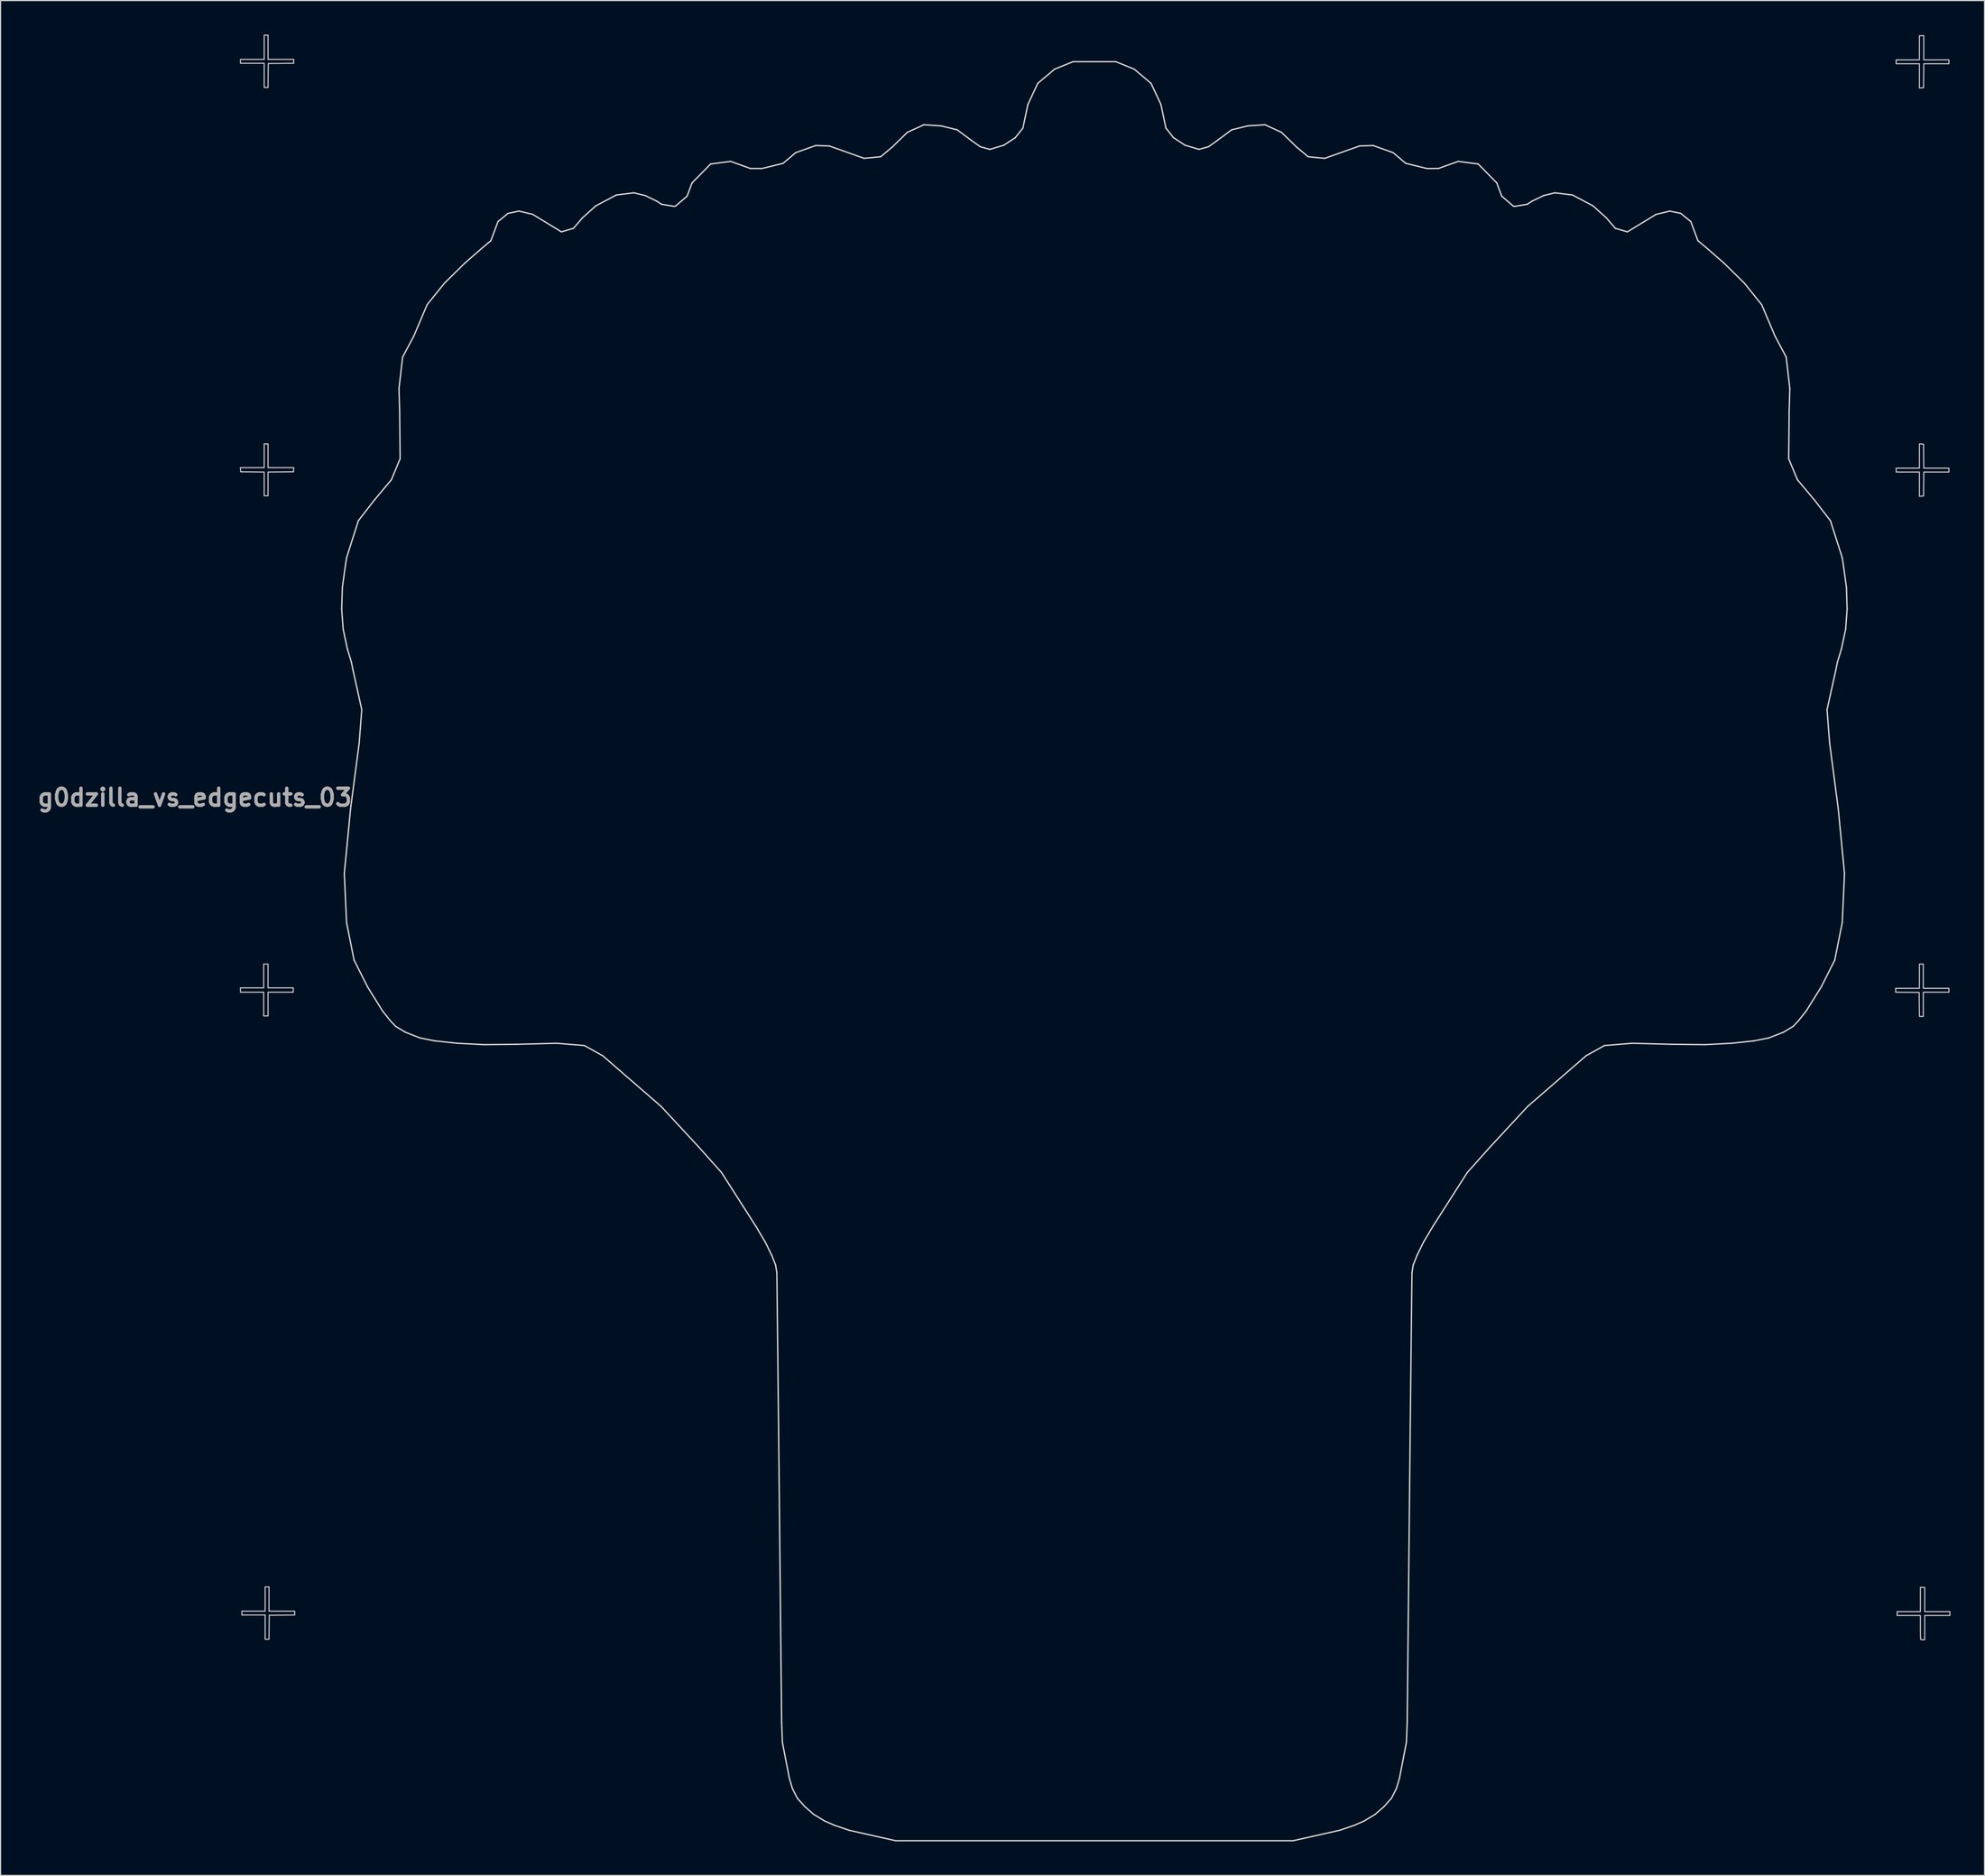
<source format=kicad_pcb>
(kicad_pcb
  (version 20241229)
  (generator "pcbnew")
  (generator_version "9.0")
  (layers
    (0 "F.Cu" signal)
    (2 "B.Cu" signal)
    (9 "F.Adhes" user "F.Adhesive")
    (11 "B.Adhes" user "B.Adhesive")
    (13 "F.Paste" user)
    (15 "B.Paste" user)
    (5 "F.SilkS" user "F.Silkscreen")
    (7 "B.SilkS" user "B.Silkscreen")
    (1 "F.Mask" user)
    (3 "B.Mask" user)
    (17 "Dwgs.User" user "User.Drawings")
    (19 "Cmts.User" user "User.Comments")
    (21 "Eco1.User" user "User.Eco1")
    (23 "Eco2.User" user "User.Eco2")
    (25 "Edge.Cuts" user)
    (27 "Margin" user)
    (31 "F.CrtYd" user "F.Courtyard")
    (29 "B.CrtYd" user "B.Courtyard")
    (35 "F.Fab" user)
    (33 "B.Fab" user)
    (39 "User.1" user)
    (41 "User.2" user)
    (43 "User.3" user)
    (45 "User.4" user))
  (footprint "g0dzilla_vs_edgecuts_03"
    (layer "F.Cu")
    (at 90.931 74.116)
    (property "Reference" "g0dzilla_vs_edgecuts_03" (at -76.81 -6.87 0) (layer "F.Fab") (effects (font (size 1.5 1.5) (thickness 0.3))))
    (attr board_only exclude_from_pos_files exclude_from_bom)
    (fp_poly (pts (xy -70.352 -72.998) (xy -70.352 -71.931) (xy -69.22 -71.931) (xy -68.089 -71.931) (xy -68.089 -71.761) (xy -68.089 -71.591) (xy -69.21 -71.58) (xy -70.33 -71.568) (xy -70.342 -70.512) (xy -70.353 -69.455) (xy -70.523 -69.455) (xy -70.693 -69.455) (xy -70.693 -70.522) (xy -70.693 -71.59) (xy -71.739 -71.59) (xy -72.785 -71.59) (xy -72.785 -71.76) (xy -72.785 -71.931) (xy -71.739 -71.931) (xy -70.693 -71.931) (xy -70.693 -72.998) (xy -70.693 -74.066) (xy -70.522 -74.066) (xy -70.352 -74.066)) (stroke (width 0.1) (type solid)) (fill no) (layer "Dwgs.User"))
    (fp_poly (pts (xy -70.352 -36.99) (xy -70.352 -35.944) (xy -69.218 -35.944) (xy -68.084 -35.944) (xy -68.097 -35.763) (xy -68.11 -35.581) (xy -69.231 -35.57) (xy -70.352 -35.559) (xy -70.352 -34.513) (xy -70.352 -33.468) (xy -70.522 -33.468) (xy -70.693 -33.468) (xy -70.693 -34.513) (xy -70.693 -35.558) (xy -71.728 -35.57) (xy -72.764 -35.581) (xy -72.777 -35.763) (xy -72.79 -35.944) (xy -71.741 -35.944) (xy -70.693 -35.944) (xy -70.693 -36.99) (xy -70.693 -38.036) (xy -70.522 -38.036) (xy -70.352 -38.036)) (stroke (width 0.1) (type solid)) (fill no) (layer "Dwgs.User"))
    (fp_poly (pts (xy -70.352 8.858) (xy -70.352 9.904) (xy -69.242 9.904) (xy -68.132 9.904) (xy -68.132 10.096) (xy -68.132 10.288) (xy -69.242 10.288) (xy -70.352 10.288) (xy -70.352 11.334) (xy -70.352 12.38) (xy -70.544 12.38) (xy -70.736 12.38) (xy -70.736 11.334) (xy -70.736 10.288) (xy -71.76 10.288) (xy -72.785 10.288) (xy -72.785 10.096) (xy -72.785 9.904) (xy -71.76 9.904) (xy -70.736 9.904) (xy -70.736 8.858) (xy -70.736 7.812) (xy -70.544 7.812) (xy -70.352 7.812)) (stroke (width 0.1) (type solid)) (fill no) (layer "Dwgs.User"))
    (fp_poly (pts (xy -70.266 63.777) (xy -70.266 64.845) (xy -69.135 64.845) (xy -68.004 64.845) (xy -68.004 65.015) (xy -68.004 65.185) (xy -69.124 65.196) (xy -70.245 65.208) (xy -70.256 66.264) (xy -70.268 67.321) (xy -70.438 67.321) (xy -70.608 67.321) (xy -70.608 66.253) (xy -70.608 65.186) (xy -71.632 65.186) (xy -72.657 65.186) (xy -72.657 65.015) (xy -72.657 64.845) (xy -71.632 64.845) (xy -70.608 64.845) (xy -70.608 63.777) (xy -70.608 62.71) (xy -70.437 62.71) (xy -70.266 62.71)) (stroke (width 0.1) (type solid)) (fill no) (layer "Dwgs.User"))
    (fp_poly (pts (xy 75.4 -38.028) (xy 75.581 -38.015) (xy 75.592 -36.958) (xy 75.604 -35.902) (xy 76.713 -35.902) (xy 77.822 -35.902) (xy 77.822 -35.731) (xy 77.822 -35.56) (xy 76.713 -35.56) (xy 75.604 -35.56) (xy 75.592 -34.503) (xy 75.581 -33.447) (xy 75.4 -33.434) (xy 75.218 -33.421) (xy 75.218 -34.49) (xy 75.218 -35.56) (xy 74.194 -35.56) (xy 73.169 -35.56) (xy 73.169 -35.731) (xy 73.169 -35.902) (xy 74.194 -35.902) (xy 75.218 -35.902) (xy 75.218 -36.971) (xy 75.218 -38.041)) (stroke (width 0.1) (type solid)) (fill no) (layer "Dwgs.User"))
    (fp_poly (pts (xy 75.56 8.879) (xy 75.56 9.947) (xy 76.691 9.947) (xy 77.822 9.947) (xy 77.822 10.117) (xy 77.822 10.288) (xy 76.691 10.288) (xy 75.56 10.288) (xy 75.56 11.355) (xy 75.56 12.423) (xy 75.39 12.423) (xy 75.22 12.423) (xy 75.208 11.366) (xy 75.197 10.309) (xy 74.162 10.298) (xy 73.126 10.287) (xy 73.126 10.117) (xy 73.126 9.947) (xy 74.172 9.947) (xy 75.218 9.947) (xy 75.218 8.879) (xy 75.218 7.812) (xy 75.389 7.812) (xy 75.56 7.812)) (stroke (width 0.1) (type solid)) (fill no) (layer "Dwgs.User"))
    (fp_poly (pts (xy 75.602 -72.956) (xy 75.602 -71.888) (xy 76.712 -71.888) (xy 77.822 -71.888) (xy 77.822 -71.718) (xy 77.822 -71.547) (xy 76.713 -71.547) (xy 75.604 -71.547) (xy 75.592 -70.49) (xy 75.581 -69.434) (xy 75.4 -69.421) (xy 75.218 -69.408) (xy 75.218 -70.477) (xy 75.218 -71.547) (xy 74.194 -71.547) (xy 73.169 -71.547) (xy 73.169 -71.718) (xy 73.169 -71.888) (xy 74.194 -71.888) (xy 75.218 -71.888) (xy 75.218 -72.956) (xy 75.218 -74.023) (xy 75.41 -74.023) (xy 75.602 -74.023)) (stroke (width 0.1) (type solid)) (fill no) (layer "Dwgs.User"))
    (fp_poly (pts (xy 75.688 63.82) (xy 75.688 64.887) (xy 76.798 64.887) (xy 77.908 64.887) (xy 77.908 65.058) (xy 77.908 65.229) (xy 76.798 65.229) (xy 75.688 65.229) (xy 75.688 66.296) (xy 75.688 67.363) (xy 75.524 67.363) (xy 75.411 67.357) (xy 75.339 67.34) (xy 75.332 67.335) (xy 75.324 67.286) (xy 75.317 67.164) (xy 75.311 66.98) (xy 75.307 66.747) (xy 75.304 66.477) (xy 75.304 66.268) (xy 75.304 65.229) (xy 74.279 65.229) (xy 73.254 65.229) (xy 73.254 65.058) (xy 73.254 64.887) (xy 74.279 64.887) (xy 75.304 64.887) (xy 75.304 63.82) (xy 75.304 62.753) (xy 75.496 62.753) (xy 75.688 62.753)) (stroke (width 0.1) (type solid)) (fill no) (layer "Dwgs.User"))
    (fp_line (start -63.86 -23.48) (end -63.8 -25.4) (stroke (width 0.12) (type default)) (layer "Edge.Cuts"))
    (fp_line (start -63.8 -25.4) (end -63.55 -27.21) (stroke (width 0.12) (type default)) (layer "Edge.Cuts"))
    (fp_line (start -63.73 -21.7) (end -63.86 -23.48) (stroke (width 0.12) (type default)) (layer "Edge.Cuts"))
    (fp_line (start -63.63 -0.17) (end -63.08 -5.86) (stroke (width 0.12) (type default)) (layer "Edge.Cuts"))
    (fp_line (start -63.55 -27.21) (end -63.43 -28.01) (stroke (width 0.12) (type default)) (layer "Edge.Cuts"))
    (fp_line (start -63.43 -28.01) (end -62.39 -31.27) (stroke (width 0.12) (type default)) (layer "Edge.Cuts"))
    (fp_line (start -63.43 4.16) (end -63.63 -0.17) (stroke (width 0.12) (type default)) (layer "Edge.Cuts"))
    (fp_line (start -63.36 -19.97) (end -63.73 -21.7) (stroke (width 0.12) (type default)) (layer "Edge.Cuts"))
    (fp_line (start -63.08 -5.86) (end -62.32 -11.66) (stroke (width 0.12) (type default)) (layer "Edge.Cuts"))
    (fp_line (start -63 -18.78) (end -63.36 -19.97) (stroke (width 0.12) (type default)) (layer "Edge.Cuts"))
    (fp_line (start -62.87 -18.13) (end -63 -18.78) (stroke (width 0.12) (type default)) (layer "Edge.Cuts"))
    (fp_line (start -62.77 7.46) (end -63.43 4.16) (stroke (width 0.12) (type default)) (layer "Edge.Cuts"))
    (fp_line (start -62.39 -31.27) (end -60.98 -33.09) (stroke (width 0.12) (type default)) (layer "Edge.Cuts"))
    (fp_line (start -62.32 -11.66) (end -62.09 -14.61) (stroke (width 0.12) (type default)) (layer "Edge.Cuts"))
    (fp_line (start -62.09 -14.61) (end -62.87 -18.13) (stroke (width 0.12) (type default)) (layer "Edge.Cuts"))
    (fp_line (start -61.58 9.82) (end -62.77 7.46) (stroke (width 0.12) (type default)) (layer "Edge.Cuts"))
    (fp_line (start -60.98 -33.09) (end -59.48 -34.88) (stroke (width 0.12) (type default)) (layer "Edge.Cuts"))
    (fp_line (start -60.26 11.94) (end -61.58 9.82) (stroke (width 0.12) (type default)) (layer "Edge.Cuts"))
    (fp_line (start -59.56 12.82) (end -60.26 11.94) (stroke (width 0.12) (type default)) (layer "Edge.Cuts"))
    (fp_line (start -59.48 -34.88) (end -58.71 -36.73) (stroke (width 0.12) (type default)) (layer "Edge.Cuts"))
    (fp_line (start -59.09 13.31) (end -59.56 12.82) (stroke (width 0.12) (type default)) (layer "Edge.Cuts"))
    (fp_line (start -58.81 -42.91) (end -58.49 -45.69) (stroke (width 0.12) (type default)) (layer "Edge.Cuts"))
    (fp_line (start -58.75 -40.9) (end -58.81 -42.91) (stroke (width 0.12) (type default)) (layer "Edge.Cuts"))
    (fp_line (start -58.71 -36.73) (end -58.75 -40.9) (stroke (width 0.12) (type default)) (layer "Edge.Cuts"))
    (fp_line (start -58.49 -45.69) (end -57.5 -47.55) (stroke (width 0.12) (type default)) (layer "Edge.Cuts"))
    (fp_line (start -58.26 13.81) (end -59.09 13.31) (stroke (width 0.12) (type default)) (layer "Edge.Cuts"))
    (fp_line (start -57.5 -47.55) (end -56.33 -50.31) (stroke (width 0.12) (type default)) (layer "Edge.Cuts"))
    (fp_line (start -56.96 14.32) (end -58.26 13.81) (stroke (width 0.12) (type default)) (layer "Edge.Cuts"))
    (fp_line (start -56.33 -50.31) (end -54.8 -52.21) (stroke (width 0.12) (type default)) (layer "Edge.Cuts"))
    (fp_line (start -55.65 14.58) (end -56.96 14.32) (stroke (width 0.12) (type default)) (layer "Edge.Cuts"))
    (fp_line (start -54.8 -52.21) (end -53 -53.98) (stroke (width 0.12) (type default)) (layer "Edge.Cuts"))
    (fp_line (start -53.66 14.79) (end -55.65 14.58) (stroke (width 0.12) (type default)) (layer "Edge.Cuts"))
    (fp_line (start -53 -53.98) (end -51.44 -55.34) (stroke (width 0.12) (type default)) (layer "Edge.Cuts"))
    (fp_line (start -51.44 -55.34) (end -50.71 -55.95) (stroke (width 0.12) (type default)) (layer "Edge.Cuts"))
    (fp_line (start -51.33 14.91) (end -53.66 14.79) (stroke (width 0.12) (type default)) (layer "Edge.Cuts"))
    (fp_line (start -50.71 -55.95) (end -50.08 -57.64) (stroke (width 0.12) (type default)) (layer "Edge.Cuts"))
    (fp_line (start -50.08 -57.64) (end -49.19 -58.36) (stroke (width 0.12) (type default)) (layer "Edge.Cuts"))
    (fp_line (start -49.19 -58.36) (end -48.23 -58.56) (stroke (width 0.12) (type default)) (layer "Edge.Cuts"))
    (fp_line (start -48.38 14.88) (end -51.33 14.91) (stroke (width 0.12) (type default)) (layer "Edge.Cuts"))
    (fp_line (start -48.23 -58.56) (end -47.02 -58.27) (stroke (width 0.12) (type default)) (layer "Edge.Cuts"))
    (fp_line (start -47.02 -58.27) (end -44.49 -56.73) (stroke (width 0.12) (type default)) (layer "Edge.Cuts"))
    (fp_line (start -44.9 14.79) (end -48.38 14.88) (stroke (width 0.12) (type default)) (layer "Edge.Cuts"))
    (fp_line (start -44.49 -56.73) (end -43.43 -57.04) (stroke (width 0.12) (type default)) (layer "Edge.Cuts"))
    (fp_line (start -43.43 -57.04) (end -42.64 -57.96) (stroke (width 0.12) (type default)) (layer "Edge.Cuts"))
    (fp_line (start -42.64 -57.96) (end -41.46 -59.02) (stroke (width 0.12) (type default)) (layer "Edge.Cuts"))
    (fp_line (start -42.47 14.99) (end -44.9 14.79) (stroke (width 0.12) (type default)) (layer "Edge.Cuts"))
    (fp_line (start -41.46 -59.02) (end -39.65 -59.98) (stroke (width 0.12) (type default)) (layer "Edge.Cuts"))
    (fp_line (start -40.85 15.89) (end -42.47 14.99) (stroke (width 0.12) (type default)) (layer "Edge.Cuts"))
    (fp_line (start -39.65 -59.98) (end -38.1 -60.17) (stroke (width 0.12) (type default)) (layer "Edge.Cuts"))
    (fp_line (start -38.1 -60.17) (end -37.11 -59.93) (stroke (width 0.12) (type default)) (layer "Edge.Cuts"))
    (fp_line (start -37.11 -59.93) (end -36.09 -59.44) (stroke (width 0.12) (type default)) (layer "Edge.Cuts"))
    (fp_line (start -36.09 -59.44) (end -35.66 -59.16) (stroke (width 0.12) (type default)) (layer "Edge.Cuts"))
    (fp_line (start -35.7 20.36) (end -40.85 15.89) (stroke (width 0.12) (type default)) (layer "Edge.Cuts"))
    (fp_line (start -35.66 -59.16) (end -34.58 -58.98) (stroke (width 0.12) (type default)) (layer "Edge.Cuts"))
    (fp_line (start -34.58 -58.98) (end -34.43 -59) (stroke (width 0.12) (type default)) (layer "Edge.Cuts"))
    (fp_line (start -34.43 -59) (end -33.41 -59.88) (stroke (width 0.12) (type default)) (layer "Edge.Cuts"))
    (fp_line (start -33.41 -59.88) (end -32.98 -61.04) (stroke (width 0.12) (type default)) (layer "Edge.Cuts"))
    (fp_line (start -32.98 -61.04) (end -31.34 -62.71) (stroke (width 0.12) (type default)) (layer "Edge.Cuts"))
    (fp_line (start -32.38 23.94) (end -35.7 20.36) (stroke (width 0.12) (type default)) (layer "Edge.Cuts"))
    (fp_line (start -31.34 -62.71) (end -29.58 -62.94) (stroke (width 0.12) (type default)) (layer "Edge.Cuts"))
    (fp_line (start -30.38 26.18) (end -32.38 23.94) (stroke (width 0.12) (type default)) (layer "Edge.Cuts"))
    (fp_line (start -29.58 -62.94) (end -28.23 -62.46) (stroke (width 0.12) (type default)) (layer "Edge.Cuts"))
    (fp_line (start -28.23 -62.46) (end -27.85 -62.32) (stroke (width 0.12) (type default)) (layer "Edge.Cuts"))
    (fp_line (start -27.85 -62.32) (end -26.83 -62.31) (stroke (width 0.12) (type default)) (layer "Edge.Cuts"))
    (fp_line (start -27.35 30.92) (end -30.38 26.18) (stroke (width 0.12) (type default)) (layer "Edge.Cuts"))
    (fp_line (start -26.83 -62.31) (end -24.95 -62.77) (stroke (width 0.12) (type default)) (layer "Edge.Cuts"))
    (fp_line (start -26.52 32.32) (end -27.35 30.92) (stroke (width 0.12) (type default)) (layer "Edge.Cuts"))
    (fp_line (start -25.95 33.48) (end -26.52 32.32) (stroke (width 0.12) (type default)) (layer "Edge.Cuts"))
    (fp_line (start -25.61 34.34) (end -25.95 33.48) (stroke (width 0.12) (type default)) (layer "Edge.Cuts"))
    (fp_line (start -25.5 35.02) (end -25.61 34.34) (stroke (width 0.12) (type default)) (layer "Edge.Cuts"))
    (fp_line (start -25.35 48.49) (end -25.5 35.02) (stroke (width 0.12) (type default)) (layer "Edge.Cuts"))
    (fp_line (start -25.08 74.63) (end -25.35 48.49) (stroke (width 0.12) (type default)) (layer "Edge.Cuts"))
    (fp_line (start -25.01 76.42) (end -25.08 74.63) (stroke (width 0.12) (type default)) (layer "Edge.Cuts"))
    (fp_line (start -24.95 -62.77) (end -23.84 -63.71) (stroke (width 0.12) (type default)) (layer "Edge.Cuts"))
    (fp_line (start -24.4 79.57) (end -25.01 76.42) (stroke (width 0.12) (type default)) (layer "Edge.Cuts"))
    (fp_line (start -24.13 80.48) (end -24.4 79.57) (stroke (width 0.12) (type default)) (layer "Edge.Cuts"))
    (fp_line (start -23.84 -63.71) (end -22.07 -64.34) (stroke (width 0.12) (type default)) (layer "Edge.Cuts"))
    (fp_line (start -23.69 81.34) (end -24.13 80.48) (stroke (width 0.12) (type default)) (layer "Edge.Cuts"))
    (fp_line (start -23.05 82.06) (end -23.69 81.34) (stroke (width 0.12) (type default)) (layer "Edge.Cuts"))
    (fp_line (start -22.25 82.76) (end -23.05 82.06) (stroke (width 0.12) (type default)) (layer "Edge.Cuts"))
    (fp_line (start -22.07 -64.34) (end -20.88 -64.3) (stroke (width 0.12) (type default)) (layer "Edge.Cuts"))
    (fp_line (start -21.29 83.34) (end -22.25 82.76) (stroke (width 0.12) (type default)) (layer "Edge.Cuts"))
    (fp_line (start -20.88 -64.3) (end -17.81 -63.21) (stroke (width 0.12) (type default)) (layer "Edge.Cuts"))
    (fp_line (start -20.45 83.71) (end -21.29 83.34) (stroke (width 0.12) (type default)) (layer "Edge.Cuts"))
    (fp_line (start -19.13 84.16) (end -20.45 83.71) (stroke (width 0.12) (type default)) (layer "Edge.Cuts"))
    (fp_line (start -17.81 -63.21) (end -16.35 -63.35) (stroke (width 0.12) (type default)) (layer "Edge.Cuts"))
    (fp_line (start -16.35 -63.35) (end -15.31 -64.22) (stroke (width 0.12) (type default)) (layer "Edge.Cuts"))
    (fp_line (start -15.31 -64.22) (end -14 -65.5) (stroke (width 0.12) (type default)) (layer "Edge.Cuts"))
    (fp_line (start -15.03 85.08) (end -19.13 84.16) (stroke (width 0.12) (type default)) (layer "Edge.Cuts"))
    (fp_line (start -15.03 85.08) (end 20.015 85.08) (stroke (width 0.12) (type default)) (layer "Edge.Cuts"))
    (fp_line (start -14 -65.5) (end -12.54 -66.17) (stroke (width 0.12) (type default)) (layer "Edge.Cuts"))
    (fp_line (start -12.54 -66.17) (end -11.02 -66.07) (stroke (width 0.12) (type default)) (layer "Edge.Cuts"))
    (fp_line (start -11.02 -66.07) (end -9.6 -65.72) (stroke (width 0.12) (type default)) (layer "Edge.Cuts"))
    (fp_line (start -9.6 -65.72) (end -8.35 -64.79) (stroke (width 0.12) (type default)) (layer "Edge.Cuts"))
    (fp_line (start -8.35 -64.79) (end -7.56 -64.23) (stroke (width 0.12) (type default)) (layer "Edge.Cuts"))
    (fp_line (start -7.56 -64.23) (end -6.72 -64) (stroke (width 0.12) (type default)) (layer "Edge.Cuts"))
    (fp_line (start -6.72 -64) (end -5.49 -64.37) (stroke (width 0.12) (type default)) (layer "Edge.Cuts"))
    (fp_line (start -5.49 -64.37) (end -4.48 -65.03) (stroke (width 0.12) (type default)) (layer "Edge.Cuts"))
    (fp_line (start -4.48 -65.03) (end -3.81 -65.88) (stroke (width 0.12) (type default)) (layer "Edge.Cuts"))
    (fp_line (start -3.81 -65.88) (end -3.37 -67.96) (stroke (width 0.12) (type default)) (layer "Edge.Cuts"))
    (fp_line (start -3.37 -67.96) (end -2.5 -69.82) (stroke (width 0.12) (type default)) (layer "Edge.Cuts"))
    (fp_line (start -2.5 -69.82) (end -1.02 -71.07) (stroke (width 0.12) (type default)) (layer "Edge.Cuts"))
    (fp_line (start -1.02 -71.07) (end 0.61 -71.73) (stroke (width 0.12) (type default)) (layer "Edge.Cuts"))
    (fp_line (start 0.61 -71.73) (end 4.375 -71.73) (stroke (width 0.12) (type default)) (layer "Edge.Cuts"))
    (fp_line (start 6.005 -71.07) (end 4.375 -71.73) (stroke (width 0.12) (type default)) (layer "Edge.Cuts"))
    (fp_line (start 7.485 -69.82) (end 6.005 -71.07) (stroke (width 0.12) (type default)) (layer "Edge.Cuts"))
    (fp_line (start 8.355 -67.96) (end 7.485 -69.82) (stroke (width 0.12) (type default)) (layer "Edge.Cuts"))
    (fp_line (start 8.795 -65.88) (end 8.355 -67.96) (stroke (width 0.12) (type default)) (layer "Edge.Cuts"))
    (fp_line (start 9.465 -65.03) (end 8.795 -65.88) (stroke (width 0.12) (type default)) (layer "Edge.Cuts"))
    (fp_line (start 10.475 -64.37) (end 9.465 -65.03) (stroke (width 0.12) (type default)) (layer "Edge.Cuts"))
    (fp_line (start 11.705 -64) (end 10.475 -64.37) (stroke (width 0.12) (type default)) (layer "Edge.Cuts"))
    (fp_line (start 12.545 -64.23) (end 11.705 -64) (stroke (width 0.12) (type default)) (layer "Edge.Cuts"))
    (fp_line (start 13.335 -64.79) (end 12.545 -64.23) (stroke (width 0.12) (type default)) (layer "Edge.Cuts"))
    (fp_line (start 14.585 -65.72) (end 13.335 -64.79) (stroke (width 0.12) (type default)) (layer "Edge.Cuts"))
    (fp_line (start 16.005 -66.07) (end 14.585 -65.72) (stroke (width 0.12) (type default)) (layer "Edge.Cuts"))
    (fp_line (start 17.525 -66.17) (end 16.005 -66.07) (stroke (width 0.12) (type default)) (layer "Edge.Cuts"))
    (fp_line (start 18.985 -65.5) (end 17.525 -66.17) (stroke (width 0.12) (type default)) (layer "Edge.Cuts"))
    (fp_line (start 20.015 85.08) (end 24.115 84.16) (stroke (width 0.12) (type default)) (layer "Edge.Cuts"))
    (fp_line (start 20.295 -64.22) (end 18.985 -65.5) (stroke (width 0.12) (type default)) (layer "Edge.Cuts"))
    (fp_line (start 21.335 -63.35) (end 20.295 -64.22) (stroke (width 0.12) (type default)) (layer "Edge.Cuts"))
    (fp_line (start 22.795 -63.21) (end 21.335 -63.35) (stroke (width 0.12) (type default)) (layer "Edge.Cuts"))
    (fp_line (start 24.115 84.16) (end 25.435 83.71) (stroke (width 0.12) (type default)) (layer "Edge.Cuts"))
    (fp_line (start 25.435 83.71) (end 26.275 83.34) (stroke (width 0.12) (type default)) (layer "Edge.Cuts"))
    (fp_line (start 25.865 -64.3) (end 22.795 -63.21) (stroke (width 0.12) (type default)) (layer "Edge.Cuts"))
    (fp_line (start 26.275 83.34) (end 27.235 82.76) (stroke (width 0.12) (type default)) (layer "Edge.Cuts"))
    (fp_line (start 27.055 -64.34) (end 25.865 -64.3) (stroke (width 0.12) (type default)) (layer "Edge.Cuts"))
    (fp_line (start 27.235 82.76) (end 28.035 82.06) (stroke (width 0.12) (type default)) (layer "Edge.Cuts"))
    (fp_line (start 28.035 82.06) (end 28.675 81.34) (stroke (width 0.12) (type default)) (layer "Edge.Cuts"))
    (fp_line (start 28.675 81.34) (end 29.115 80.48) (stroke (width 0.12) (type default)) (layer "Edge.Cuts"))
    (fp_line (start 28.825 -63.71) (end 27.055 -64.34) (stroke (width 0.12) (type default)) (layer "Edge.Cuts"))
    (fp_line (start 29.115 80.48) (end 29.385 79.57) (stroke (width 0.12) (type default)) (layer "Edge.Cuts"))
    (fp_line (start 29.385 79.57) (end 29.995 76.42) (stroke (width 0.12) (type default)) (layer "Edge.Cuts"))
    (fp_line (start 29.935 -62.77) (end 28.825 -63.71) (stroke (width 0.12) (type default)) (layer "Edge.Cuts"))
    (fp_line (start 29.995 76.42) (end 30.065 74.63) (stroke (width 0.12) (type default)) (layer "Edge.Cuts"))
    (fp_line (start 30.065 74.63) (end 30.335 48.49) (stroke (width 0.12) (type default)) (layer "Edge.Cuts"))
    (fp_line (start 30.335 48.49) (end 30.485 35.02) (stroke (width 0.12) (type default)) (layer "Edge.Cuts"))
    (fp_line (start 30.485 35.02) (end 30.595 34.34) (stroke (width 0.12) (type default)) (layer "Edge.Cuts"))
    (fp_line (start 30.595 34.34) (end 30.935 33.48) (stroke (width 0.12) (type default)) (layer "Edge.Cuts"))
    (fp_line (start 30.935 33.48) (end 31.505 32.32) (stroke (width 0.12) (type default)) (layer "Edge.Cuts"))
    (fp_line (start 31.505 32.32) (end 32.335 30.92) (stroke (width 0.12) (type default)) (layer "Edge.Cuts"))
    (fp_line (start 31.815 -62.31) (end 29.935 -62.77) (stroke (width 0.12) (type default)) (layer "Edge.Cuts"))
    (fp_line (start 32.335 30.92) (end 35.365 26.18) (stroke (width 0.12) (type default)) (layer "Edge.Cuts"))
    (fp_line (start 32.835 -62.32) (end 31.815 -62.31) (stroke (width 0.12) (type default)) (layer "Edge.Cuts"))
    (fp_line (start 33.215 -62.46) (end 32.835 -62.32) (stroke (width 0.12) (type default)) (layer "Edge.Cuts"))
    (fp_line (start 34.565 -62.94) (end 33.215 -62.46) (stroke (width 0.12) (type default)) (layer "Edge.Cuts"))
    (fp_line (start 35.365 26.18) (end 37.365 23.94) (stroke (width 0.12) (type default)) (layer "Edge.Cuts"))
    (fp_line (start 36.325 -62.71) (end 34.565 -62.94) (stroke (width 0.12) (type default)) (layer "Edge.Cuts"))
    (fp_line (start 37.365 23.94) (end 40.685 20.36) (stroke (width 0.12) (type default)) (layer "Edge.Cuts"))
    (fp_line (start 37.965 -61.04) (end 36.325 -62.71) (stroke (width 0.12) (type default)) (layer "Edge.Cuts"))
    (fp_line (start 38.395 -59.88) (end 37.965 -61.04) (stroke (width 0.12) (type default)) (layer "Edge.Cuts"))
    (fp_line (start 39.415 -59) (end 38.395 -59.88) (stroke (width 0.12) (type default)) (layer "Edge.Cuts"))
    (fp_line (start 39.565 -58.98) (end 39.415 -59) (stroke (width 0.12) (type default)) (layer "Edge.Cuts"))
    (fp_line (start 40.645 -59.16) (end 39.565 -58.98) (stroke (width 0.12) (type default)) (layer "Edge.Cuts"))
    (fp_line (start 40.685 20.36) (end 45.835 15.89) (stroke (width 0.12) (type default)) (layer "Edge.Cuts"))
    (fp_line (start 41.075 -59.44) (end 40.645 -59.16) (stroke (width 0.12) (type default)) (layer "Edge.Cuts"))
    (fp_line (start 42.095 -59.93) (end 41.075 -59.44) (stroke (width 0.12) (type default)) (layer "Edge.Cuts"))
    (fp_line (start 43.085 -60.17) (end 42.095 -59.93) (stroke (width 0.12) (type default)) (layer "Edge.Cuts"))
    (fp_line (start 44.635 -59.98) (end 43.085 -60.17) (stroke (width 0.12) (type default)) (layer "Edge.Cuts"))
    (fp_line (start 45.835 15.89) (end 47.455 14.99) (stroke (width 0.12) (type default)) (layer "Edge.Cuts"))
    (fp_line (start 46.445 -59.02) (end 44.635 -59.98) (stroke (width 0.12) (type default)) (layer "Edge.Cuts"))
    (fp_line (start 47.455 14.99) (end 49.885 14.79) (stroke (width 0.12) (type default)) (layer "Edge.Cuts"))
    (fp_line (start 47.625 -57.96) (end 46.445 -59.02) (stroke (width 0.12) (type default)) (layer "Edge.Cuts"))
    (fp_line (start 48.415 -57.04) (end 47.625 -57.96) (stroke (width 0.12) (type default)) (layer "Edge.Cuts"))
    (fp_line (start 49.475 -56.73) (end 48.415 -57.04) (stroke (width 0.12) (type default)) (layer "Edge.Cuts"))
    (fp_line (start 49.885 14.79) (end 53.365 14.88) (stroke (width 0.12) (type default)) (layer "Edge.Cuts"))
    (fp_line (start 52.005 -58.27) (end 49.475 -56.73) (stroke (width 0.12) (type default)) (layer "Edge.Cuts"))
    (fp_line (start 53.215 -58.56) (end 52.005 -58.27) (stroke (width 0.12) (type default)) (layer "Edge.Cuts"))
    (fp_line (start 53.365 14.88) (end 56.315 14.91) (stroke (width 0.12) (type default)) (layer "Edge.Cuts"))
    (fp_line (start 54.175 -58.36) (end 53.215 -58.56) (stroke (width 0.12) (type default)) (layer "Edge.Cuts"))
    (fp_line (start 55.065 -57.64) (end 54.175 -58.36) (stroke (width 0.12) (type default)) (layer "Edge.Cuts"))
    (fp_line (start 55.695 -55.95) (end 55.065 -57.64) (stroke (width 0.12) (type default)) (layer "Edge.Cuts"))
    (fp_line (start 56.315 14.91) (end 58.645 14.79) (stroke (width 0.12) (type default)) (layer "Edge.Cuts"))
    (fp_line (start 56.425 -55.34) (end 55.695 -55.95) (stroke (width 0.12) (type default)) (layer "Edge.Cuts"))
    (fp_line (start 57.985 -53.98) (end 56.425 -55.34) (stroke (width 0.12) (type default)) (layer "Edge.Cuts"))
    (fp_line (start 58.645 14.79) (end 60.635 14.58) (stroke (width 0.12) (type default)) (layer "Edge.Cuts"))
    (fp_line (start 59.785 -52.21) (end 57.985 -53.98) (stroke (width 0.12) (type default)) (layer "Edge.Cuts"))
    (fp_line (start 60.635 14.58) (end 61.945 14.32) (stroke (width 0.12) (type default)) (layer "Edge.Cuts"))
    (fp_line (start 61.315 -50.31) (end 59.785 -52.21) (stroke (width 0.12) (type default)) (layer "Edge.Cuts"))
    (fp_line (start 61.945 14.32) (end 63.245 13.81) (stroke (width 0.12) (type default)) (layer "Edge.Cuts"))
    (fp_line (start 62.485 -47.55) (end 61.315 -50.31) (stroke (width 0.12) (type default)) (layer "Edge.Cuts"))
    (fp_line (start 63.245 13.81) (end 64.075 13.31) (stroke (width 0.12) (type default)) (layer "Edge.Cuts"))
    (fp_line (start 63.475 -45.69) (end 62.485 -47.55) (stroke (width 0.12) (type default)) (layer "Edge.Cuts"))
    (fp_line (start 63.695 -36.73) (end 63.735 -40.9) (stroke (width 0.12) (type default)) (layer "Edge.Cuts"))
    (fp_line (start 63.735 -40.9) (end 63.795 -42.91) (stroke (width 0.12) (type default)) (layer "Edge.Cuts"))
    (fp_line (start 63.795 -42.91) (end 63.475 -45.69) (stroke (width 0.12) (type default)) (layer "Edge.Cuts"))
    (fp_line (start 64.075 13.31) (end 64.545 12.82) (stroke (width 0.12) (type default)) (layer "Edge.Cuts"))
    (fp_line (start 64.465 -34.88) (end 63.695 -36.73) (stroke (width 0.12) (type default)) (layer "Edge.Cuts"))
    (fp_line (start 64.545 12.82) (end 65.245 11.94) (stroke (width 0.12) (type default)) (layer "Edge.Cuts"))
    (fp_line (start 65.245 11.94) (end 66.565 9.82) (stroke (width 0.12) (type default)) (layer "Edge.Cuts"))
    (fp_line (start 65.965 -33.09) (end 64.465 -34.88) (stroke (width 0.12) (type default)) (layer "Edge.Cuts"))
    (fp_line (start 66.565 9.82) (end 67.755 7.46) (stroke (width 0.12) (type default)) (layer "Edge.Cuts"))
    (fp_line (start 67.075 -14.61) (end 67.855 -18.13) (stroke (width 0.12) (type default)) (layer "Edge.Cuts"))
    (fp_line (start 67.305 -11.66) (end 67.075 -14.61) (stroke (width 0.12) (type default)) (layer "Edge.Cuts"))
    (fp_line (start 67.375 -31.27) (end 65.965 -33.09) (stroke (width 0.12) (type default)) (layer "Edge.Cuts"))
    (fp_line (start 67.755 7.46) (end 68.415 4.16) (stroke (width 0.12) (type default)) (layer "Edge.Cuts"))
    (fp_line (start 67.855 -18.13) (end 67.985 -18.78) (stroke (width 0.12) (type default)) (layer "Edge.Cuts"))
    (fp_line (start 67.985 -18.78) (end 68.345 -19.97) (stroke (width 0.12) (type default)) (layer "Edge.Cuts"))
    (fp_line (start 68.065 -5.86) (end 67.305 -11.66) (stroke (width 0.12) (type default)) (layer "Edge.Cuts"))
    (fp_line (start 68.345 -19.97) (end 68.715 -21.7) (stroke (width 0.12) (type default)) (layer "Edge.Cuts"))
    (fp_line (start 68.415 -28.01) (end 67.375 -31.27) (stroke (width 0.12) (type default)) (layer "Edge.Cuts"))
    (fp_line (start 68.415 4.16) (end 68.615 -0.17) (stroke (width 0.12) (type default)) (layer "Edge.Cuts"))
    (fp_line (start 68.535 -27.21) (end 68.415 -28.01) (stroke (width 0.12) (type default)) (layer "Edge.Cuts"))
    (fp_line (start 68.615 -0.17) (end 68.065 -5.86) (stroke (width 0.12) (type default)) (layer "Edge.Cuts"))
    (fp_line (start 68.715 -21.7) (end 68.845 -23.48) (stroke (width 0.12) (type default)) (layer "Edge.Cuts"))
    (fp_line (start 68.785 -25.4) (end 68.535 -27.21) (stroke (width 0.12) (type default)) (layer "Edge.Cuts"))
    (fp_line (start 68.845 -23.48) (end 68.785 -25.4) (stroke (width 0.12) (type default)) (layer "Edge.Cuts")))
  (gr_rect
    (start -3 -3)
    (end 171.889 162.256)
    (stroke (width 0.1) (type default))
    (fill no)
    (layer "Edge.Cuts")))
</source>
